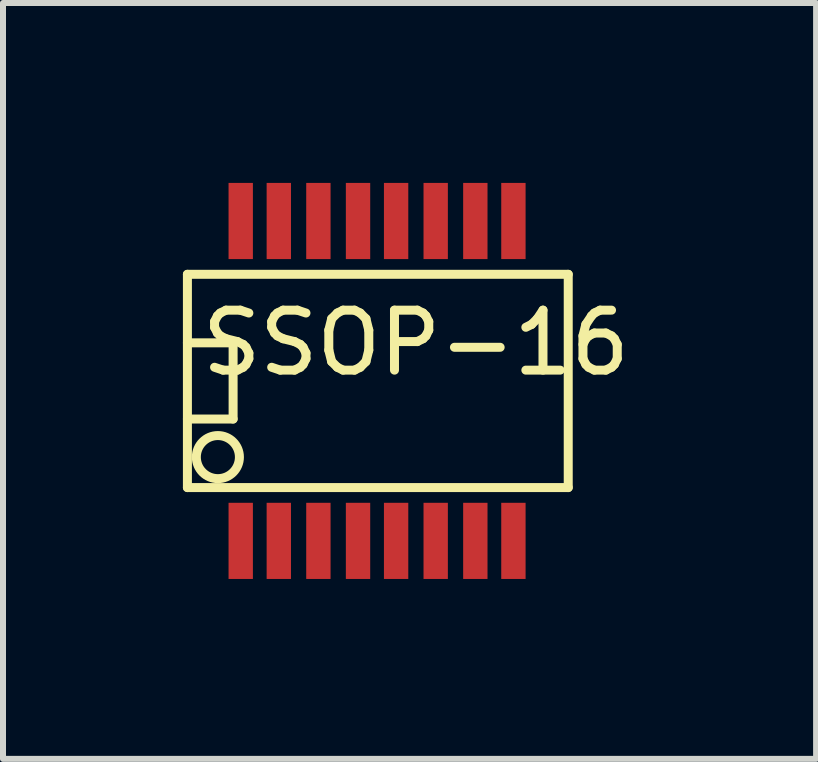
<source format=kicad_pcb>
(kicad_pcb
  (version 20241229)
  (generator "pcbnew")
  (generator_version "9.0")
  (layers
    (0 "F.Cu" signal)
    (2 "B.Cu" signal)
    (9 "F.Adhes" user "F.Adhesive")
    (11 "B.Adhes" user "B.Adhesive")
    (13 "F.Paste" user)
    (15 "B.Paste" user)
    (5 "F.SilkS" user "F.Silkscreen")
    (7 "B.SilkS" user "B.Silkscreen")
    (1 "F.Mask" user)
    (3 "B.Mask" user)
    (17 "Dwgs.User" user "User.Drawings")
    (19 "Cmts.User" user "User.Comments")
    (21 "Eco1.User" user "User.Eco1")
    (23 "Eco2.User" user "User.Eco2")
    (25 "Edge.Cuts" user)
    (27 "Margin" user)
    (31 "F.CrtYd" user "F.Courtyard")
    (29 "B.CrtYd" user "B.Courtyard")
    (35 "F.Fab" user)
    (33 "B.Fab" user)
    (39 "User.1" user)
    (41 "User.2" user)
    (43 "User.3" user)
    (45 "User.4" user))
  (footprint "SSOP-16"
    (layer "F.Cu")
    (at 3.885 3.302)
    (property "Reference" "SSOP-16" (at 0 -0.635 0) (layer "F.SilkS") (effects (font (size 1 1) (thickness 0.15))))
    (attr smd)
    (fp_line (start -3.81 -0.635) (end -3.048 -0.635) (stroke (width 0.15) (type solid)) (layer "F.SilkS"))
    (fp_line (start -3.81 1.778) (end -3.81 -1.778) (stroke (width 0.15) (type solid)) (layer "F.SilkS"))
    (fp_line (start -3.81 1.778) (end 2.54 1.778) (stroke (width 0.15) (type solid)) (layer "F.SilkS"))
    (fp_line (start -3.048 -0.635) (end -3.048 0.635) (stroke (width 0.15) (type solid)) (layer "F.SilkS"))
    (fp_line (start -3.048 0.635) (end -3.81 0.635) (stroke (width 0.15) (type solid)) (layer "F.SilkS"))
    (fp_line (start 2.54 -1.778) (end -3.81 -1.778) (stroke (width 0.15) (type solid)) (layer "F.SilkS"))
    (fp_line (start 2.54 -1.778) (end 2.54 1.778) (stroke (width 0.15) (type solid)) (layer "F.SilkS"))
    (fp_circle (center -3.302 1.27) (end -3.556 1.016) (stroke (width 0.15) (type solid)) (fill no) (layer "F.SilkS"))
    (pad "1" smd rect (at -2.921 2.667) (size 0.406 1.27) (layers "F.Cu" "F.Mask" "F.Paste"))
    (pad "2" smd rect (at -2.286 2.667) (size 0.406 1.27) (layers "F.Cu" "F.Mask" "F.Paste"))
    (pad "3" smd rect (at -1.626 2.667) (size 0.406 1.27) (layers "F.Cu" "F.Mask" "F.Paste"))
    (pad "4" smd rect (at -0.965 2.667) (size 0.406 1.27) (layers "F.Cu" "F.Mask" "F.Paste"))
    (pad "5" smd rect (at -0.33 2.667) (size 0.406 1.27) (layers "F.Cu" "F.Mask" "F.Paste"))
    (pad "6" smd rect (at 0.33 2.667) (size 0.406 1.27) (layers "F.Cu" "F.Mask" "F.Paste"))
    (pad "7" smd rect (at 0.991 2.667) (size 0.406 1.27) (layers "F.Cu" "F.Mask" "F.Paste"))
    (pad "8" smd rect (at 1.626 2.667) (size 0.406 1.27) (layers "F.Cu" "F.Mask" "F.Paste"))
    (pad "9" smd rect (at 1.626 -2.667) (size 0.406 1.27) (layers "F.Cu" "F.Mask" "F.Paste"))
    (pad "10" smd rect (at 0.991 -2.667) (size 0.406 1.27) (layers "F.Cu" "F.Mask" "F.Paste"))
    (pad "11" smd rect (at 0.33 -2.667) (size 0.406 1.27) (layers "F.Cu" "F.Mask" "F.Paste"))
    (pad "12" smd rect (at -0.33 -2.667) (size 0.406 1.27) (layers "F.Cu" "F.Mask" "F.Paste"))
    (pad "13" smd rect (at -0.965 -2.667) (size 0.406 1.27) (layers "F.Cu" "F.Mask" "F.Paste"))
    (pad "14" smd rect (at -1.626 -2.667) (size 0.406 1.27) (layers "F.Cu" "F.Mask" "F.Paste"))
    (pad "15" smd rect (at -2.286 -2.667) (size 0.406 1.27) (layers "F.Cu" "F.Mask" "F.Paste"))
    (pad "16" smd rect (at -2.921 -2.667) (size 0.406 1.27) (layers "F.Cu" "F.Mask" "F.Paste")))
  (gr_rect
    (start -3 -3)
    (end 10.558 9.604)
    (stroke (width 0.1) (type default))
    (fill no)
    (layer "Edge.Cuts")))
</source>
